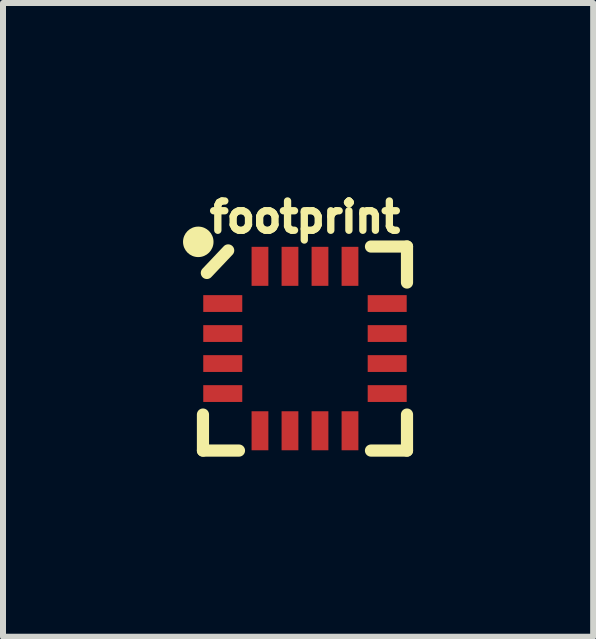
<source format=kicad_pcb>
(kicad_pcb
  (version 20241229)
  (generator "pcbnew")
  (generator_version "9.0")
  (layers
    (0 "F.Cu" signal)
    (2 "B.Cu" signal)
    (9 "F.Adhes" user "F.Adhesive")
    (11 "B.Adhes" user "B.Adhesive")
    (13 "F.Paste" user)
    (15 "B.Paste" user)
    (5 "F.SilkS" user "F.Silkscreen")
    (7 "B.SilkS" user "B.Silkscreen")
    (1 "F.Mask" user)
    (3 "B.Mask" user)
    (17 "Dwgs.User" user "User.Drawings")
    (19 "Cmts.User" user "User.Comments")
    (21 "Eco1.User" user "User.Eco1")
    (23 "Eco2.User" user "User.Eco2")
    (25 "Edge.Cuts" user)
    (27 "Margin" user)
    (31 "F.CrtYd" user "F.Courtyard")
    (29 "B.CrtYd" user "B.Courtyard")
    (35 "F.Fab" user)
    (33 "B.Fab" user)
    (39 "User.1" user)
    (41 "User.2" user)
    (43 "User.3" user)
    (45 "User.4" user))
  (footprint "footprint"
    (layer "F.Cu")
    (at 2.032 2.758)
    (property "Reference" "footprint" (at 0 -1.905 0) (layer "F.SilkS") (effects (font (size 0.488 0.488) (thickness 0.122)) (justify bottom)))
    (fp_line (start -1.7 1.7) (end -1.7 1.1) (stroke (width 0.203) (type solid)) (layer "F.SilkS"))
    (fp_line (start -1.7 1.7) (end -1.1 1.7) (stroke (width 0.203) (type solid)) (layer "F.SilkS"))
    (fp_line (start -1.28 -1.635) (end -1.635 -1.26) (stroke (width 0.203) (type solid)) (layer "F.SilkS"))
    (fp_line (start 1.1 1.7) (end 1.7 1.7) (stroke (width 0.203) (type solid)) (layer "F.SilkS"))
    (fp_line (start 1.7 -1.7) (end 1.1 -1.7) (stroke (width 0.203) (type solid)) (layer "F.SilkS"))
    (fp_line (start 1.7 -1.1) (end 1.7 -1.7) (stroke (width 0.203) (type solid)) (layer "F.SilkS"))
    (fp_line (start 1.7 1.7) (end 1.7 1.1) (stroke (width 0.203) (type solid)) (layer "F.SilkS"))
    (fp_circle (center -1.778 -1.778) (end -1.651 -1.778) (stroke (width 0.254) (type solid)) (fill yes) (layer "F.SilkS"))
    (pad "1" smd rect (at -1.37 -0.75) (size 0.65 0.28) (layers "F.Cu" "F.Mask" "F.Paste"))
    (pad "2" smd rect (at -1.37 -0.25) (size 0.65 0.28) (layers "F.Cu" "F.Mask" "F.Paste"))
    (pad "3" smd rect (at -1.37 0.25) (size 0.65 0.28) (layers "F.Cu" "F.Mask" "F.Paste"))
    (pad "4" smd rect (at -1.37 0.75) (size 0.65 0.28) (layers "F.Cu" "F.Mask" "F.Paste"))
    (pad "5" smd rect (at -0.75 1.37 270) (size 0.65 0.28) (layers "F.Cu" "F.Mask" "F.Paste"))
    (pad "6" smd rect (at -0.25 1.37 90) (size 0.65 0.28) (layers "F.Cu" "F.Mask" "F.Paste"))
    (pad "7" smd rect (at 0.25 1.37 90) (size 0.65 0.28) (layers "F.Cu" "F.Mask" "F.Paste"))
    (pad "8" smd rect (at 0.75 1.37 90) (size 0.65 0.28) (layers "F.Cu" "F.Mask" "F.Paste"))
    (pad "9" smd rect (at 1.37 0.75) (size 0.65 0.28) (layers "F.Cu" "F.Mask" "F.Paste"))
    (pad "10" smd rect (at 1.37 0.25) (size 0.65 0.28) (layers "F.Cu" "F.Mask" "F.Paste"))
    (pad "11" smd rect (at 1.37 -0.25) (size 0.65 0.28) (layers "F.Cu" "F.Mask" "F.Paste"))
    (pad "12" smd rect (at 1.37 -0.75) (size 0.65 0.28) (layers "F.Cu" "F.Mask" "F.Paste"))
    (pad "13" smd rect (at 0.75 -1.37 90) (size 0.65 0.28) (layers "F.Cu" "F.Mask" "F.Paste"))
    (pad "14" smd rect (at 0.25 -1.37 90) (size 0.65 0.28) (layers "F.Cu" "F.Mask" "F.Paste"))
    (pad "15" smd rect (at -0.25 -1.37 90) (size 0.65 0.28) (layers "F.Cu" "F.Mask" "F.Paste"))
    (pad "16" smd rect (at -0.75 -1.37 90) (size 0.65 0.28) (layers "F.Cu" "F.Mask" "F.Paste")))
  (gr_rect
    (start -3 -3)
    (end 6.834 7.56)
    (stroke (width 0.1) (type default))
    (fill no)
    (layer "Edge.Cuts")))
</source>
